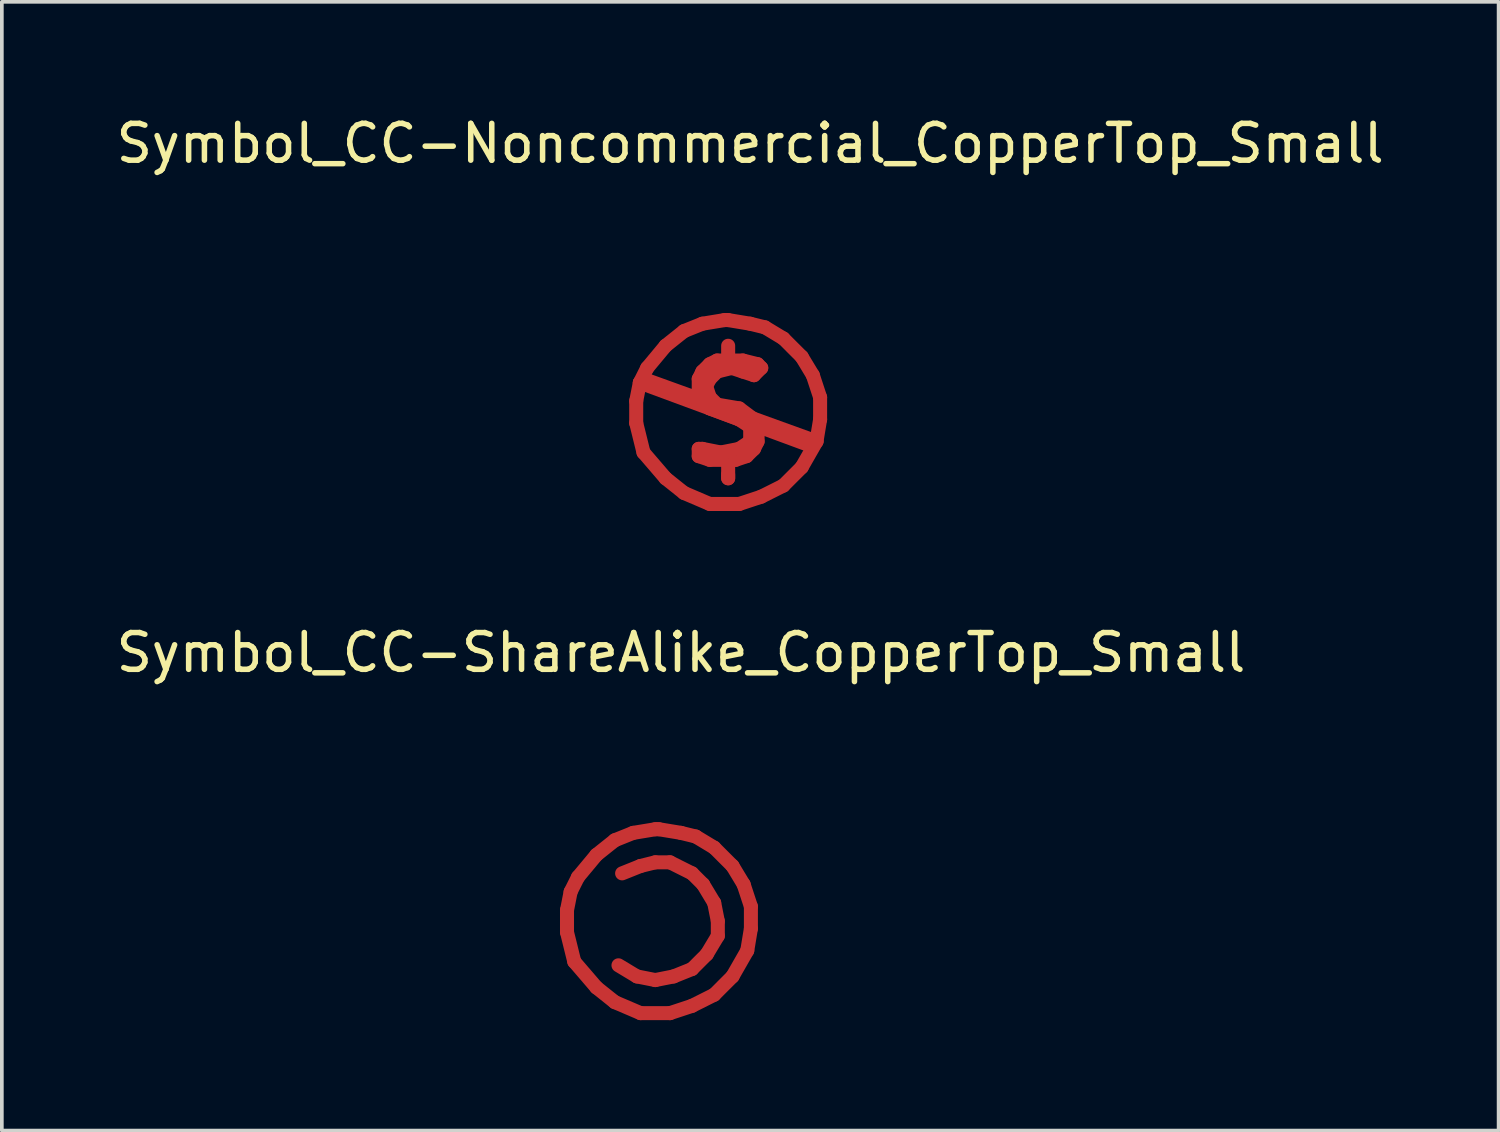
<source format=kicad_pcb>
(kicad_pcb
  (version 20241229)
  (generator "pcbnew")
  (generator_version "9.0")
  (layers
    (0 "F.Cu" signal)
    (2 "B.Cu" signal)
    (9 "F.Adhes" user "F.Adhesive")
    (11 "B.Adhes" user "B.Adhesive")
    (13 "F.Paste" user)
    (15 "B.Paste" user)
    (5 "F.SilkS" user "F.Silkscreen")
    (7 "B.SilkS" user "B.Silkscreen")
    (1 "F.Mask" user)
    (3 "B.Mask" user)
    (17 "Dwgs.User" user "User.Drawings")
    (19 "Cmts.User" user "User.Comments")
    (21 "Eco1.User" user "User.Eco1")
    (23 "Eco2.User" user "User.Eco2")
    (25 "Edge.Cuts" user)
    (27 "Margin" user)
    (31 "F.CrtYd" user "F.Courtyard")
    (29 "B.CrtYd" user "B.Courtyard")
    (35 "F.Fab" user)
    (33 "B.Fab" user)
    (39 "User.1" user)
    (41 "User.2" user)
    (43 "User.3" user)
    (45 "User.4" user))
  (footprint "Symbol_CC-Noncommercial_CopperTop_Small"
    (layer "F.Cu")
    (at 16.74 8.148)
    (property "Reference" "Symbol_CC-Noncommercial_CopperTop_Small" (at 0.599 -7.3 0) (layer "F.SilkS") (effects (font (size 1 1) (thickness 0.15))))
    (attr exclude_from_pos_files exclude_from_bom)
    (fp_line (start -2.499 -0.3) (end -2.499 0.3) (stroke (width 0.381) (type solid)) (layer "F.Cu"))
    (fp_line (start -2.499 0.3) (end -2.301 1.1) (stroke (width 0.381) (type solid)) (layer "F.Cu"))
    (fp_line (start -2.4 -0.8) (end -2.499 -0.3) (stroke (width 0.381) (type solid)) (layer "F.Cu"))
    (fp_line (start -2.4 -0.8) (end 2.2 0.899) (stroke (width 0.381) (type solid)) (layer "F.Cu"))
    (fp_line (start -2.301 -0.899) (end 2.4 0.8) (stroke (width 0.381) (type solid)) (layer "F.Cu"))
    (fp_line (start -2.301 1.1) (end -1.699 1.801) (stroke (width 0.381) (type solid)) (layer "F.Cu"))
    (fp_line (start -2.2 -1.199) (end -2.4 -0.8) (stroke (width 0.381) (type solid)) (layer "F.Cu"))
    (fp_line (start -1.699 -1.801) (end -2.2 -1.199) (stroke (width 0.381) (type solid)) (layer "F.Cu"))
    (fp_line (start -1.699 1.801) (end -1.199 2.2) (stroke (width 0.381) (type solid)) (layer "F.Cu"))
    (fp_line (start -1.199 -2.2) (end -1.699 -1.801) (stroke (width 0.381) (type solid)) (layer "F.Cu"))
    (fp_line (start -1.199 2.2) (end -0.5 2.499) (stroke (width 0.381) (type solid)) (layer "F.Cu"))
    (fp_line (start -0.8 -0.899) (end -0.8 -0.599) (stroke (width 0.381) (type solid)) (layer "F.Cu"))
    (fp_line (start -0.8 -0.599) (end -0.701 -0.3) (stroke (width 0.381) (type solid)) (layer "F.Cu"))
    (fp_line (start -0.8 1.001) (end -0.8 1.199) (stroke (width 0.381) (type solid)) (layer "F.Cu"))
    (fp_line (start -0.8 1.199) (end -0.5 1.3) (stroke (width 0.381) (type solid)) (layer "F.Cu"))
    (fp_line (start -0.701 -2.4) (end -1.199 -2.2) (stroke (width 0.381) (type solid)) (layer "F.Cu"))
    (fp_line (start -0.701 -1.1) (end -0.8 -0.899) (stroke (width 0.381) (type solid)) (layer "F.Cu"))
    (fp_line (start -0.701 -0.3) (end -0.5 -0.099) (stroke (width 0.381) (type solid)) (layer "F.Cu"))
    (fp_line (start -0.701 1.001) (end -0.8 1.001) (stroke (width 0.381) (type solid)) (layer "F.Cu"))
    (fp_line (start -0.599 -0.701) (end -0.5 -0.899) (stroke (width 0.381) (type solid)) (layer "F.Cu"))
    (fp_line (start -0.5 -1.3) (end -0.701 -1.1) (stroke (width 0.381) (type solid)) (layer "F.Cu"))
    (fp_line (start -0.5 -0.899) (end -0.3 -1.1) (stroke (width 0.381) (type solid)) (layer "F.Cu"))
    (fp_line (start -0.5 -0.399) (end -0.599 -0.701) (stroke (width 0.381) (type solid)) (layer "F.Cu"))
    (fp_line (start -0.5 -0.099) (end 0.3 0.201) (stroke (width 0.381) (type solid)) (layer "F.Cu"))
    (fp_line (start -0.5 1.3) (end 0.201 1.3) (stroke (width 0.381) (type solid)) (layer "F.Cu"))
    (fp_line (start -0.5 2.499) (end 0.3 2.499) (stroke (width 0.381) (type solid)) (layer "F.Cu"))
    (fp_line (start -0.3 -1.4) (end -0.5 -1.3) (stroke (width 0.381) (type solid)) (layer "F.Cu"))
    (fp_line (start -0.3 -1.1) (end 0.099 -1.199) (stroke (width 0.381) (type solid)) (layer "F.Cu"))
    (fp_line (start -0.3 -0.201) (end -0.5 -0.399) (stroke (width 0.381) (type solid)) (layer "F.Cu"))
    (fp_line (start -0.201 1.1) (end -0.701 1.001) (stroke (width 0.381) (type solid)) (layer "F.Cu"))
    (fp_line (start -0.099 -2.499) (end -0.701 -2.4) (stroke (width 0.381) (type solid)) (layer "F.Cu"))
    (fp_line (start 0 -2.499) (end -0.099 -2.499) (stroke (width 0.381) (type solid)) (layer "F.Cu"))
    (fp_line (start 0 -1.501) (end 0 -1.801) (stroke (width 0.381) (type solid)) (layer "F.Cu"))
    (fp_line (start 0 1.3) (end 0 1.801) (stroke (width 0.381) (type solid)) (layer "F.Cu"))
    (fp_line (start 0 1.801) (end 0 1.699) (stroke (width 0.381) (type solid)) (layer "F.Cu"))
    (fp_line (start 0.099 -1.199) (end 0.399 -1.1) (stroke (width 0.381) (type solid)) (layer "F.Cu"))
    (fp_line (start 0.201 1.3) (end 0.5 1.199) (stroke (width 0.381) (type solid)) (layer "F.Cu"))
    (fp_line (start 0.3 -0.099) (end -0.3 -0.201) (stroke (width 0.381) (type solid)) (layer "F.Cu"))
    (fp_line (start 0.3 0.201) (end 0.599 0.399) (stroke (width 0.381) (type solid)) (layer "F.Cu"))
    (fp_line (start 0.3 1.001) (end -0.201 1.1) (stroke (width 0.381) (type solid)) (layer "F.Cu"))
    (fp_line (start 0.3 2.499) (end 0.899 2.301) (stroke (width 0.381) (type solid)) (layer "F.Cu"))
    (fp_line (start 0.399 -1.4) (end -0.3 -1.4) (stroke (width 0.381) (type solid)) (layer "F.Cu"))
    (fp_line (start 0.399 -1.1) (end 0.701 -1.001) (stroke (width 0.381) (type solid)) (layer "F.Cu"))
    (fp_line (start 0.5 1.199) (end 0.701 1.001) (stroke (width 0.381) (type solid)) (layer "F.Cu"))
    (fp_line (start 0.599 -2.4) (end 0 -2.499) (stroke (width 0.381) (type solid)) (layer "F.Cu"))
    (fp_line (start 0.599 0.399) (end 0.599 0.8) (stroke (width 0.381) (type solid)) (layer "F.Cu"))
    (fp_line (start 0.599 0.8) (end 0.3 1.001) (stroke (width 0.381) (type solid)) (layer "F.Cu"))
    (fp_line (start 0.701 -1.001) (end 0.899 -1.199) (stroke (width 0.381) (type solid)) (layer "F.Cu"))
    (fp_line (start 0.701 0.201) (end 0.3 -0.099) (stroke (width 0.381) (type solid)) (layer "F.Cu"))
    (fp_line (start 0.701 1.001) (end 0.8 0.8) (stroke (width 0.381) (type solid)) (layer "F.Cu"))
    (fp_line (start 0.8 -1.3) (end 0.399 -1.4) (stroke (width 0.381) (type solid)) (layer "F.Cu"))
    (fp_line (start 0.8 0.5) (end 0.701 0.201) (stroke (width 0.381) (type solid)) (layer "F.Cu"))
    (fp_line (start 0.8 0.8) (end 0.8 0.5) (stroke (width 0.381) (type solid)) (layer "F.Cu"))
    (fp_line (start 0.899 -1.199) (end 0.8 -1.3) (stroke (width 0.381) (type solid)) (layer "F.Cu"))
    (fp_line (start 0.899 2.301) (end 1.501 1.999) (stroke (width 0.381) (type solid)) (layer "F.Cu"))
    (fp_line (start 1.001 -2.301) (end 0.599 -2.4) (stroke (width 0.381) (type solid)) (layer "F.Cu"))
    (fp_line (start 1.501 -1.999) (end 1.001 -2.301) (stroke (width 0.381) (type solid)) (layer "F.Cu"))
    (fp_line (start 1.501 1.999) (end 1.999 1.501) (stroke (width 0.381) (type solid)) (layer "F.Cu"))
    (fp_line (start 1.999 -1.501) (end 1.501 -1.999) (stroke (width 0.381) (type solid)) (layer "F.Cu"))
    (fp_line (start 1.999 1.501) (end 2.4 0.8) (stroke (width 0.381) (type solid)) (layer "F.Cu"))
    (fp_line (start 2.301 -1.001) (end 1.999 -1.501) (stroke (width 0.381) (type solid)) (layer "F.Cu"))
    (fp_line (start 2.4 0.8) (end 2.499 0.201) (stroke (width 0.381) (type solid)) (layer "F.Cu"))
    (fp_line (start 2.499 -0.399) (end 2.301 -1.001) (stroke (width 0.381) (type solid)) (layer "F.Cu"))
    (fp_line (start 2.499 0.201) (end 2.499 -0.399) (stroke (width 0.381) (type solid)) (layer "F.Cu")))
  (footprint "Symbol_CC-ShareAlike_CopperTop_Small"
    (layer "F.Cu")
    (at 14.859 21.986)
    (property "Reference" "Symbol_CC-ShareAlike_CopperTop_Small" (at 0.599 -7.3 0) (layer "F.SilkS") (effects (font (size 1 1) (thickness 0.15))))
    (attr exclude_from_pos_files exclude_from_bom)
    (fp_line (start -2.499 -0.3) (end -2.499 0.3) (stroke (width 0.381) (type solid)) (layer "F.Cu"))
    (fp_line (start -2.499 0.3) (end -2.301 1.1) (stroke (width 0.381) (type solid)) (layer "F.Cu"))
    (fp_line (start -2.4 -0.8) (end -2.499 -0.3) (stroke (width 0.381) (type solid)) (layer "F.Cu"))
    (fp_line (start -2.301 1.1) (end -1.699 1.801) (stroke (width 0.381) (type solid)) (layer "F.Cu"))
    (fp_line (start -2.2 -1.199) (end -2.4 -0.8) (stroke (width 0.381) (type solid)) (layer "F.Cu"))
    (fp_line (start -1.699 -1.801) (end -2.2 -1.199) (stroke (width 0.381) (type solid)) (layer "F.Cu"))
    (fp_line (start -1.699 1.801) (end -1.199 2.2) (stroke (width 0.381) (type solid)) (layer "F.Cu"))
    (fp_line (start -1.199 -2.2) (end -1.699 -1.801) (stroke (width 0.381) (type solid)) (layer "F.Cu"))
    (fp_line (start -1.199 2.2) (end -0.5 2.499) (stroke (width 0.381) (type solid)) (layer "F.Cu"))
    (fp_line (start -1.1 1.199) (end -0.599 1.501) (stroke (width 0.381) (type solid)) (layer "F.Cu"))
    (fp_line (start -0.701 -2.4) (end -1.199 -2.2) (stroke (width 0.381) (type solid)) (layer "F.Cu"))
    (fp_line (start -0.599 1.501) (end -0.099 1.6) (stroke (width 0.381) (type solid)) (layer "F.Cu"))
    (fp_line (start -0.5 -1.501) (end -1.001 -1.3) (stroke (width 0.381) (type solid)) (layer "F.Cu"))
    (fp_line (start -0.5 2.499) (end 0.3 2.499) (stroke (width 0.381) (type solid)) (layer "F.Cu"))
    (fp_line (start -0.099 -2.499) (end -0.701 -2.4) (stroke (width 0.381) (type solid)) (layer "F.Cu"))
    (fp_line (start -0.099 -1.6) (end -0.5 -1.501) (stroke (width 0.381) (type solid)) (layer "F.Cu"))
    (fp_line (start -0.099 1.6) (end 0.399 1.501) (stroke (width 0.381) (type solid)) (layer "F.Cu"))
    (fp_line (start 0 -2.499) (end -0.099 -2.499) (stroke (width 0.381) (type solid)) (layer "F.Cu"))
    (fp_line (start 0.3 -1.6) (end -0.099 -1.6) (stroke (width 0.381) (type solid)) (layer "F.Cu"))
    (fp_line (start 0.3 2.499) (end 0.899 2.301) (stroke (width 0.381) (type solid)) (layer "F.Cu"))
    (fp_line (start 0.399 1.501) (end 0.899 1.3) (stroke (width 0.381) (type solid)) (layer "F.Cu"))
    (fp_line (start 0.599 -2.4) (end 0 -2.499) (stroke (width 0.381) (type solid)) (layer "F.Cu"))
    (fp_line (start 0.899 -1.3) (end 0.3 -1.6) (stroke (width 0.381) (type solid)) (layer "F.Cu"))
    (fp_line (start 0.899 1.3) (end 1.3 0.899) (stroke (width 0.381) (type solid)) (layer "F.Cu"))
    (fp_line (start 0.899 2.301) (end 1.501 1.999) (stroke (width 0.381) (type solid)) (layer "F.Cu"))
    (fp_line (start 1.001 -2.301) (end 0.599 -2.4) (stroke (width 0.381) (type solid)) (layer "F.Cu"))
    (fp_line (start 1.199 -1.001) (end 0.899 -1.3) (stroke (width 0.381) (type solid)) (layer "F.Cu"))
    (fp_line (start 1.3 0.899) (end 1.6 0.399) (stroke (width 0.381) (type solid)) (layer "F.Cu"))
    (fp_line (start 1.501 -1.999) (end 1.001 -2.301) (stroke (width 0.381) (type solid)) (layer "F.Cu"))
    (fp_line (start 1.501 -0.5) (end 1.199 -1.001) (stroke (width 0.381) (type solid)) (layer "F.Cu"))
    (fp_line (start 1.501 1.999) (end 1.999 1.501) (stroke (width 0.381) (type solid)) (layer "F.Cu"))
    (fp_line (start 1.6 0) (end 1.501 -0.5) (stroke (width 0.381) (type solid)) (layer "F.Cu"))
    (fp_line (start 1.6 0.399) (end 1.6 0) (stroke (width 0.381) (type solid)) (layer "F.Cu"))
    (fp_line (start 1.999 -1.501) (end 1.501 -1.999) (stroke (width 0.381) (type solid)) (layer "F.Cu"))
    (fp_line (start 1.999 1.501) (end 2.4 0.8) (stroke (width 0.381) (type solid)) (layer "F.Cu"))
    (fp_line (start 2.301 -1.001) (end 1.999 -1.501) (stroke (width 0.381) (type solid)) (layer "F.Cu"))
    (fp_line (start 2.4 0.8) (end 2.499 0.201) (stroke (width 0.381) (type solid)) (layer "F.Cu"))
    (fp_line (start 2.499 -0.399) (end 2.301 -1.001) (stroke (width 0.381) (type solid)) (layer "F.Cu"))
    (fp_line (start 2.499 0.201) (end 2.499 -0.399) (stroke (width 0.381) (type solid)) (layer "F.Cu")))
  (gr_rect
    (start -3 -3)
    (end 37.679 27.676)
    (stroke (width 0.1) (type default))
    (fill no)
    (layer "Edge.Cuts")))
</source>
